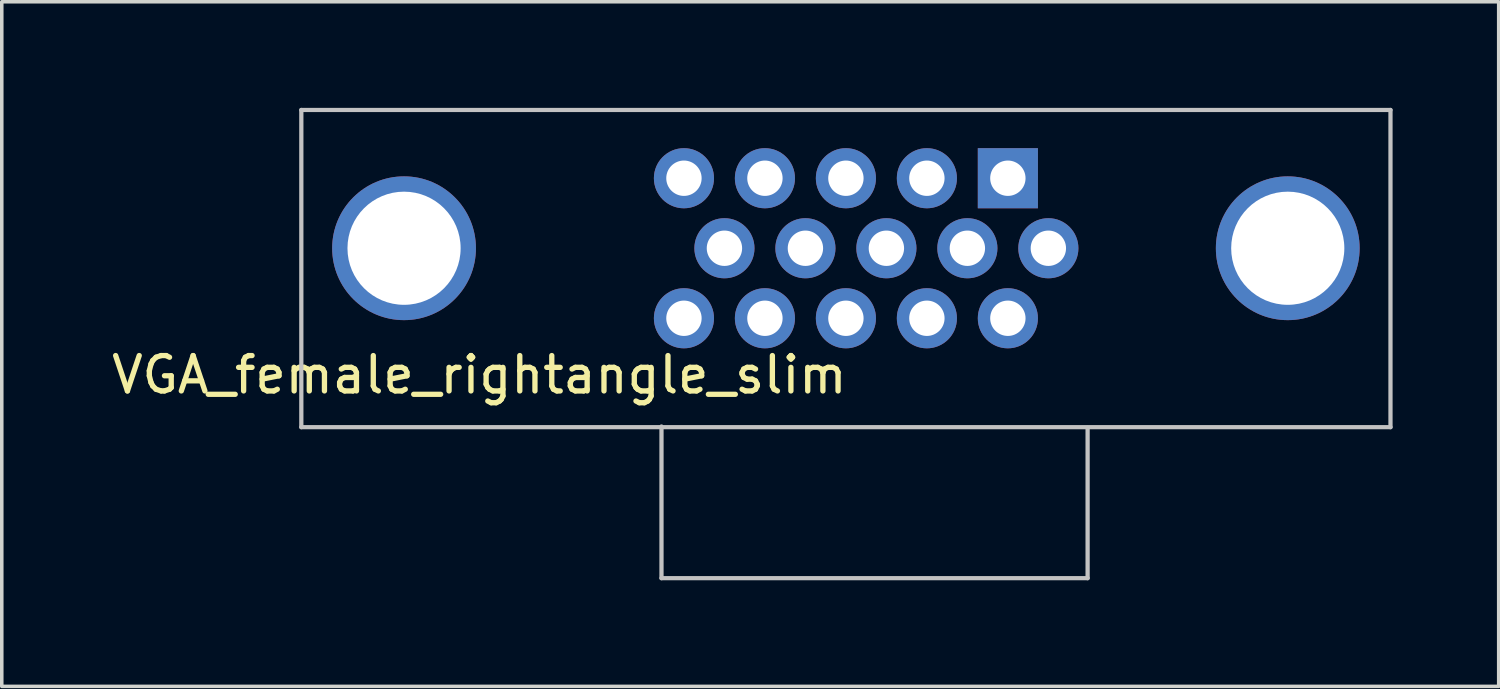
<source format=kicad_pcb>
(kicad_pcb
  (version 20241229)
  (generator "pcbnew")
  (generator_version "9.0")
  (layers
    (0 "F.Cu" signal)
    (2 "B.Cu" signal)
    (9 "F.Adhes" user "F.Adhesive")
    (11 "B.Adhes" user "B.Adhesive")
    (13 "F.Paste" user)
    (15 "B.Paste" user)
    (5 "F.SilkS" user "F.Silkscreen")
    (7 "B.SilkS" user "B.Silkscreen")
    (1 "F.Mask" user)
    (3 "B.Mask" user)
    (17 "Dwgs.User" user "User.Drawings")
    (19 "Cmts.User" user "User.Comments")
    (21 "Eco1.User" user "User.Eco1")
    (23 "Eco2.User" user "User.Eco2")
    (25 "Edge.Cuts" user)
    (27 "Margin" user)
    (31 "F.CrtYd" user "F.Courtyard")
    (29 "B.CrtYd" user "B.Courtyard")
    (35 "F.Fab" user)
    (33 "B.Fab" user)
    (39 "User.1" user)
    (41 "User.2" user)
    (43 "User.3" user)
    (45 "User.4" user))
  (footprint "VGA_female_rightangle_slim"
    (layer "F.Cu")
    (at 8.376 3.97)
    (property "Reference" "VGA_female_rightangle_slim" (at 2.13 3.58 0) (layer "F.SilkS") (effects (font (size 1 1) (thickness 0.15))))
    (attr through_hole)
    (fp_line (start -2.905 -3.91) (end -2.905 5.06) (stroke (width 0.12) (type solid)) (layer "Dwgs.User"))
    (fp_line (start -2.905 -3.91) (end 27.895 -3.91) (stroke (width 0.12) (type solid)) (layer "Dwgs.User"))
    (fp_line (start -2.905 5.06) (end 27.895 5.06) (stroke (width 0.12) (type solid)) (layer "Dwgs.User"))
    (fp_line (start 7.28 9.33) (end 7.28 5.04) (stroke (width 0.12) (type solid)) (layer "Dwgs.User"))
    (fp_line (start 19.33 5.08) (end 19.33 9.33) (stroke (width 0.12) (type solid)) (layer "Dwgs.User"))
    (fp_line (start 19.33 9.33) (end 7.28 9.33) (stroke (width 0.12) (type solid)) (layer "Dwgs.User"))
    (fp_line (start 27.895 -3.91) (end 27.895 5.06) (stroke (width 0.12) (type solid)) (layer "Dwgs.User"))
    (pad "1" thru_hole rect (at 17.075 -1.98 180) (size 1.7 1.7) (drill 1) (layers "*.Cu" "*.Mask"))
    (pad "2" thru_hole circle (at 14.785 -1.98 180) (size 1.7 1.7) (drill 1) (layers "*.Cu" "*.Mask"))
    (pad "3" thru_hole circle (at 12.495 -1.98 180) (size 1.7 1.7) (drill 1) (layers "*.Cu" "*.Mask"))
    (pad "4" thru_hole circle (at 10.205 -1.98 180) (size 1.7 1.7) (drill 1) (layers "*.Cu" "*.Mask"))
    (pad "5" thru_hole circle (at 7.915 -1.98 180) (size 1.7 1.7) (drill 1) (layers "*.Cu" "*.Mask"))
    (pad "6" thru_hole circle (at 18.22 0 180) (size 1.7 1.7) (drill 1) (layers "*.Cu" "*.Mask"))
    (pad "7" thru_hole circle (at 15.93 0 180) (size 1.7 1.7) (drill 1) (layers "*.Cu" "*.Mask"))
    (pad "8" thru_hole circle (at 13.64 0 180) (size 1.7 1.7) (drill 1) (layers "*.Cu" "*.Mask"))
    (pad "9" thru_hole circle (at 11.35 0 180) (size 1.7 1.7) (drill 1) (layers "*.Cu" "*.Mask"))
    (pad "10" thru_hole circle (at 9.06 0 180) (size 1.7 1.7) (drill 1) (layers "*.Cu" "*.Mask"))
    (pad "11" thru_hole circle (at 17.075 1.98 180) (size 1.7 1.7) (drill 1) (layers "*.Cu" "*.Mask"))
    (pad "12" thru_hole circle (at 14.785 1.98 180) (size 1.7 1.7) (drill 1) (layers "*.Cu" "*.Mask"))
    (pad "13" thru_hole circle (at 12.495 1.98 180) (size 1.7 1.7) (drill 1) (layers "*.Cu" "*.Mask"))
    (pad "14" thru_hole circle (at 10.205 1.98 180) (size 1.7 1.7) (drill 1) (layers "*.Cu" "*.Mask"))
    (pad "15" thru_hole circle (at 7.915 1.98 180) (size 1.7 1.7) (drill 1) (layers "*.Cu" "*.Mask"))
    (pad "S1" thru_hole circle (at 0 0) (size 4.066 4.066) (drill 3.2) (layers "*.Cu" "*.Mask"))
    (pad "S2" thru_hole circle (at 24.99 0) (size 4.066 4.066) (drill 3.2) (layers "*.Cu" "*.Mask")))
  (gr_rect
    (start -3 -3)
    (end 39.331 16.36)
    (stroke (width 0.1) (type default))
    (fill no)
    (layer "Edge.Cuts")))
</source>
